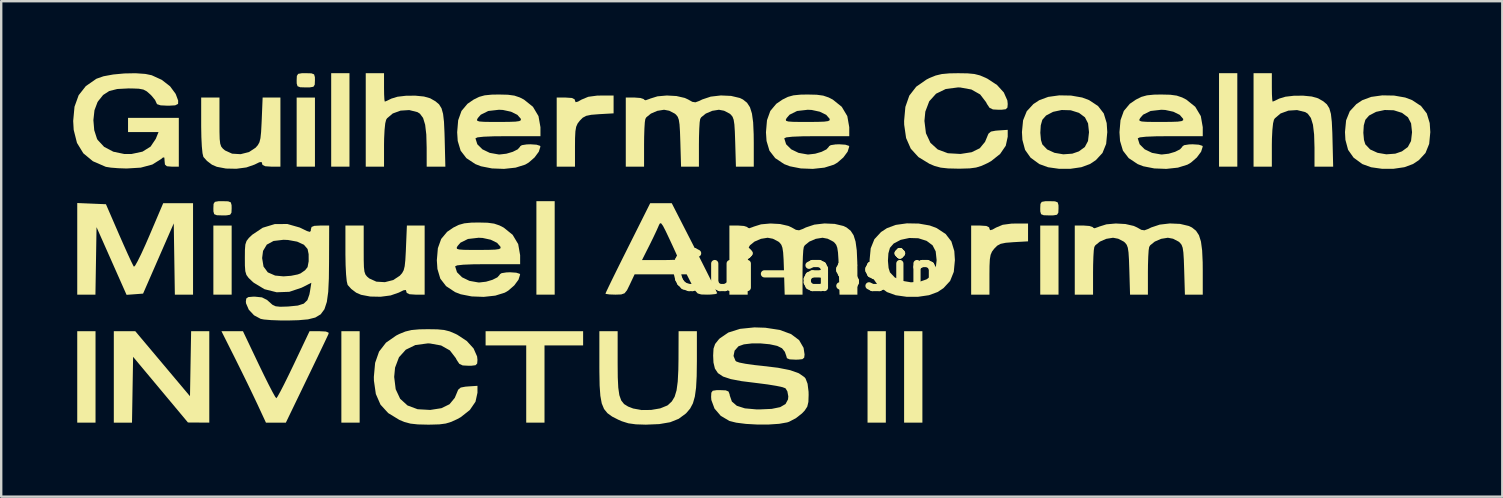
<source format=kicad_pcb>
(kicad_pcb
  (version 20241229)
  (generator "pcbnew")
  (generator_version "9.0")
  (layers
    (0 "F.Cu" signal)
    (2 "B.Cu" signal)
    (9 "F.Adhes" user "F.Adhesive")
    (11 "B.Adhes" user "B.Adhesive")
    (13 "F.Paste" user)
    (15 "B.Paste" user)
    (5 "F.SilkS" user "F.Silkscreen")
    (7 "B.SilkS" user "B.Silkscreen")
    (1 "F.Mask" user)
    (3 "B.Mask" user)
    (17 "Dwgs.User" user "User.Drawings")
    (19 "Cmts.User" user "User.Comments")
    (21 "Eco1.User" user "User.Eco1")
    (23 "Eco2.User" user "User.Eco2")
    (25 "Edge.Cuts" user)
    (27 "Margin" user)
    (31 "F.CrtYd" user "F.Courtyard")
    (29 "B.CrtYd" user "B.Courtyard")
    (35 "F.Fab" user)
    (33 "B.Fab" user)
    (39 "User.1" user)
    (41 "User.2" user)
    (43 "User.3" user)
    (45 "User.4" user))
  (footprint "Gui-assin"
    (layer "F.Cu")
    (at 30.522 8.255)
    (property "Reference" "Gui-assin" (at 0 0 0) (layer "F.SilkS") (effects (font (size 1.5 1.5) (thickness 0.3))))
    (attr board_only exclude_from_pos_files exclude_from_bom)
    (fp_poly (pts (xy -29.591 4.403) (xy -29.591 6.308) (xy -29.972 6.308) (xy -30.353 6.308) (xy -30.353 4.403) (xy -30.353 2.498) (xy -29.972 2.498) (xy -29.591 2.498)) (stroke (width 0) (type solid)) (fill yes) (layer "F.SilkS"))
    (fp_poly (pts (xy -23.918 -0.466) (xy -23.918 0.974) (xy -24.299 0.974) (xy -24.68 0.974) (xy -24.68 -0.466) (xy -24.68 -1.905) (xy -24.299 -1.905) (xy -23.918 -1.905)) (stroke (width 0) (type solid)) (fill yes) (layer "F.SilkS"))
    (fp_poly (pts (xy -20.447 -5.8) (xy -20.447 -4.36) (xy -20.828 -4.36) (xy -21.209 -4.36) (xy -21.209 -5.8) (xy -21.209 -7.239) (xy -20.828 -7.239) (xy -20.447 -7.239)) (stroke (width 0) (type solid)) (fill yes) (layer "F.SilkS"))
    (fp_poly (pts (xy -19.008 -6.308) (xy -19.008 -4.36) (xy -19.389 -4.36) (xy -19.77 -4.36) (xy -19.77 -6.308) (xy -19.77 -8.255) (xy -19.389 -8.255) (xy -19.008 -8.255)) (stroke (width 0) (type solid)) (fill yes) (layer "F.SilkS"))
    (fp_poly (pts (xy -18.584 4.403) (xy -18.584 6.308) (xy -18.965 6.308) (xy -19.346 6.308) (xy -19.346 4.403) (xy -19.346 2.498) (xy -18.965 2.498) (xy -18.584 2.498)) (stroke (width 0) (type solid)) (fill yes) (layer "F.SilkS"))
    (fp_poly (pts (xy -10.456 -0.974) (xy -10.456 0.974) (xy -10.837 0.974) (xy -11.218 0.974) (xy -11.218 -0.974) (xy -11.218 -2.921) (xy -10.837 -2.921) (xy -10.456 -2.921)) (stroke (width 0) (type solid)) (fill yes) (layer "F.SilkS"))
    (fp_poly (pts (xy 3.344 4.403) (xy 3.344 6.308) (xy 2.963 6.308) (xy 2.582 6.308) (xy 2.582 4.403) (xy 2.582 2.498) (xy 2.963 2.498) (xy 3.344 2.498)) (stroke (width 0) (type solid)) (fill yes) (layer "F.SilkS"))
    (fp_poly (pts (xy 4.868 4.403) (xy 4.868 6.308) (xy 4.487 6.308) (xy 4.106 6.308) (xy 4.106 4.403) (xy 4.106 2.498) (xy 4.487 2.498) (xy 4.868 2.498)) (stroke (width 0) (type solid)) (fill yes) (layer "F.SilkS"))
    (fp_poly (pts (xy 10.541 -0.466) (xy 10.541 0.974) (xy 10.16 0.974) (xy 9.779 0.974) (xy 9.779 -0.466) (xy 9.779 -1.905) (xy 10.16 -1.905) (xy 10.541 -1.905)) (stroke (width 0) (type solid)) (fill yes) (layer "F.SilkS"))
    (fp_poly (pts (xy 17.992 -6.308) (xy 17.992 -4.36) (xy 17.611 -4.36) (xy 17.23 -4.36) (xy 17.23 -6.308) (xy 17.23 -8.255) (xy 17.611 -8.255) (xy 17.992 -8.255)) (stroke (width 0) (type solid)) (fill yes) (layer "F.SilkS"))
    (fp_poly (pts (xy -24.065 -2.915) (xy -23.954 -2.872) (xy -23.921 -2.757) (xy -23.918 -2.625) (xy -23.926 -2.443) (xy -23.982 -2.356) (xy -24.13 -2.33) (xy -24.299 -2.328) (xy -24.533 -2.335) (xy -24.644 -2.378) (xy -24.678 -2.493) (xy -24.68 -2.625) (xy -24.672 -2.807) (xy -24.617 -2.893) (xy -24.469 -2.919) (xy -24.299 -2.921)) (stroke (width 0) (type solid)) (fill yes) (layer "F.SilkS"))
    (fp_poly (pts (xy -20.594 -8.249) (xy -20.483 -8.206) (xy -20.449 -8.091) (xy -20.447 -7.959) (xy -20.455 -7.777) (xy -20.51 -7.69) (xy -20.658 -7.664) (xy -20.828 -7.662) (xy -21.062 -7.669) (xy -21.173 -7.712) (xy -21.207 -7.827) (xy -21.209 -7.959) (xy -21.201 -8.141) (xy -21.146 -8.227) (xy -20.998 -8.253) (xy -20.828 -8.255)) (stroke (width 0) (type solid)) (fill yes) (layer "F.SilkS"))
    (fp_poly (pts (xy -9.271 2.794) (xy -9.271 3.09) (xy -10.075 3.09) (xy -10.88 3.09) (xy -10.88 4.699) (xy -10.88 6.308) (xy -11.261 6.308) (xy -11.642 6.308) (xy -11.642 4.699) (xy -11.642 3.09) (xy -12.488 3.09) (xy -13.335 3.09) (xy -13.335 2.794) (xy -13.335 2.498) (xy -11.303 2.498) (xy -9.271 2.498)) (stroke (width 0) (type solid)) (fill yes) (layer "F.SilkS"))
    (fp_poly (pts (xy 10.394 -2.915) (xy 10.505 -2.872) (xy 10.539 -2.757) (xy 10.541 -2.625) (xy 10.533 -2.443) (xy 10.478 -2.356) (xy 10.33 -2.33) (xy 10.16 -2.328) (xy 9.926 -2.335) (xy 9.815 -2.378) (xy 9.781 -2.493) (xy 9.779 -2.625) (xy 9.787 -2.807) (xy 9.842 -2.893) (xy 9.99 -2.919) (xy 10.16 -2.921)) (stroke (width 0) (type solid)) (fill yes) (layer "F.SilkS"))
    (fp_poly (pts (xy -26.794 3.853) (xy -25.654 5.208) (xy -25.631 3.853) (xy -25.607 2.498) (xy -25.229 2.498) (xy -24.85 2.498) (xy -24.85 4.403) (xy -24.85 6.308) (xy -25.294 6.305) (xy -25.739 6.302) (xy -26.882 4.934) (xy -28.025 3.566) (xy -28.048 4.937) (xy -28.071 6.308) (xy -28.45 6.308) (xy -28.829 6.308) (xy -28.829 4.403) (xy -28.829 2.498) (xy -28.382 2.498) (xy -27.934 2.498)) (stroke (width 0) (type solid)) (fill yes) (layer "F.SilkS"))
    (fp_poly (pts (xy -8.001 -6.952) (xy -8.001 -6.581) (xy -8.604 -6.547) (xy -8.933 -6.521) (xy -9.144 -6.477) (xy -9.288 -6.399) (xy -9.408 -6.278) (xy -9.502 -6.155) (xy -9.561 -6.019) (xy -9.593 -5.831) (xy -9.607 -5.549) (xy -9.61 -5.202) (xy -9.61 -4.36) (xy -9.991 -4.36) (xy -10.372 -4.36) (xy -10.372 -5.8) (xy -10.372 -7.239) (xy -9.991 -7.239) (xy -9.739 -7.222) (xy -9.624 -7.165) (xy -9.61 -7.113) (xy -9.584 -7.046) (xy -9.484 -7.071) (xy -9.335 -7.155) (xy -9.057 -7.271) (xy -8.69 -7.32) (xy -8.53 -7.323) (xy -8.001 -7.324)) (stroke (width 0) (type solid)) (fill yes) (layer "F.SilkS"))
    (fp_poly (pts (xy 9.271 -1.618) (xy 9.271 -1.247) (xy 8.668 -1.213) (xy 8.339 -1.187) (xy 8.128 -1.143) (xy 7.984 -1.065) (xy 7.864 -0.944) (xy 7.77 -0.821) (xy 7.711 -0.685) (xy 7.679 -0.497) (xy 7.665 -0.215) (xy 7.662 0.132) (xy 7.662 0.974) (xy 7.281 0.974) (xy 6.9 0.974) (xy 6.9 -0.466) (xy 6.9 -1.905) (xy 7.281 -1.905) (xy 7.533 -1.888) (xy 7.648 -1.831) (xy 7.662 -1.779) (xy 7.688 -1.712) (xy 7.788 -1.737) (xy 7.938 -1.821) (xy 8.215 -1.937) (xy 8.582 -1.986) (xy 8.742 -1.989) (xy 9.271 -1.99)) (stroke (width 0) (type solid)) (fill yes) (layer "F.SilkS"))
    (fp_poly (pts (xy -29.755 -2.819) (xy -29.157 -2.794) (xy -28.606 -1.524) (xy -28.416 -1.093) (xy -28.247 -0.716) (xy -28.111 -0.422) (xy -28.019 -0.237) (xy -27.99 -0.188) (xy -27.938 -0.24) (xy -27.834 -0.425) (xy -27.688 -0.719) (xy -27.514 -1.1) (xy -27.349 -1.479) (xy -26.771 -2.836) (xy -26.149 -2.836) (xy -25.527 -2.836) (xy -25.527 -0.931) (xy -25.527 0.974) (xy -25.906 0.974) (xy -26.285 0.974) (xy -26.308 -0.511) (xy -26.331 -1.995) (xy -26.97 -0.532) (xy -27.609 0.931) (xy -27.954 0.957) (xy -28.298 0.982) (xy -28.923 -0.428) (xy -29.549 -1.839) (xy -29.572 -0.433) (xy -29.595 0.974) (xy -29.974 0.974) (xy -30.353 0.974) (xy -30.353 -0.935) (xy -30.353 -2.844)) (stroke (width 0) (type solid)) (fill yes) (layer "F.SilkS"))
    (fp_poly (pts (xy -22.782 3.895) (xy -22.567 4.338) (xy -22.375 4.724) (xy -22.217 5.028) (xy -22.107 5.225) (xy -22.057 5.292) (xy -22.003 5.219) (xy -21.891 5.017) (xy -21.732 4.709) (xy -21.54 4.32) (xy -21.335 3.895) (xy -20.672 2.498) (xy -20.254 2.498) (xy -19.993 2.511) (xy -19.881 2.556) (xy -19.878 2.603) (xy -19.926 2.707) (xy -20.036 2.94) (xy -20.199 3.281) (xy -20.403 3.705) (xy -20.637 4.192) (xy -20.79 4.508) (xy -21.659 6.308) (xy -22.074 6.308) (xy -22.489 6.308) (xy -22.853 5.524) (xy -23.033 5.145) (xy -23.261 4.671) (xy -23.511 4.162) (xy -23.753 3.673) (xy -23.78 3.619) (xy -24.343 2.498) (xy -23.895 2.498) (xy -23.447 2.498)) (stroke (width 0) (type solid)) (fill yes) (layer "F.SilkS"))
    (fp_poly (pts (xy -24.426 -6.229) (xy -24.425 -5.801) (xy -24.417 -5.509) (xy -24.395 -5.319) (xy -24.354 -5.198) (xy -24.285 -5.112) (xy -24.194 -5.035) (xy -23.899 -4.901) (xy -23.545 -4.88) (xy -23.196 -4.968) (xy -22.922 -5.148) (xy -22.826 -5.257) (xy -22.76 -5.377) (xy -22.718 -5.546) (xy -22.691 -5.799) (xy -22.671 -6.175) (xy -22.665 -6.303) (xy -22.627 -7.239) (xy -22.256 -7.239) (xy -21.886 -7.239) (xy -21.886 -5.8) (xy -21.886 -4.36) (xy -22.267 -4.36) (xy -22.518 -4.377) (xy -22.633 -4.433) (xy -22.648 -4.487) (xy -22.673 -4.555) (xy -22.769 -4.541) (xy -22.965 -4.445) (xy -23.304 -4.327) (xy -23.721 -4.272) (xy -24.153 -4.281) (xy -24.535 -4.353) (xy -24.738 -4.441) (xy -24.945 -4.597) (xy -25.089 -4.758) (xy -25.098 -4.774) (xy -25.133 -4.922) (xy -25.161 -5.205) (xy -25.18 -5.589) (xy -25.188 -6.038) (xy -25.188 -6.09) (xy -25.188 -7.239) (xy -24.807 -7.239) (xy -24.426 -7.239)) (stroke (width 0) (type solid)) (fill yes) (layer "F.SilkS"))
    (fp_poly (pts (xy -18.415 -0.895) (xy -18.414 -0.467) (xy -18.406 -0.175) (xy -18.384 0.015) (xy -18.342 0.136) (xy -18.274 0.222) (xy -18.182 0.299) (xy -17.887 0.433) (xy -17.534 0.454) (xy -17.185 0.366) (xy -16.911 0.186) (xy -16.814 0.077) (xy -16.749 -0.043) (xy -16.707 -0.212) (xy -16.68 -0.465) (xy -16.659 -0.841) (xy -16.654 -0.969) (xy -16.615 -1.905) (xy -16.245 -1.905) (xy -15.875 -1.905) (xy -15.875 -0.466) (xy -15.875 0.974) (xy -16.256 0.974) (xy -16.507 0.957) (xy -16.621 0.901) (xy -16.637 0.847) (xy -16.661 0.779) (xy -16.758 0.793) (xy -16.953 0.889) (xy -17.292 1.007) (xy -17.71 1.062) (xy -18.141 1.053) (xy -18.524 0.981) (xy -18.727 0.893) (xy -18.933 0.737) (xy -19.078 0.576) (xy -19.087 0.56) (xy -19.122 0.412) (xy -19.15 0.129) (xy -19.169 -0.255) (xy -19.177 -0.704) (xy -19.177 -0.756) (xy -19.177 -1.905) (xy -18.796 -1.905) (xy -18.415 -1.905)) (stroke (width 0) (type solid)) (fill yes) (layer "F.SilkS"))
    (fp_poly (pts (xy -17.568 -7.662) (xy -17.564 -7.37) (xy -17.553 -7.159) (xy -17.537 -7.07) (xy -17.536 -7.07) (xy -17.446 -7.105) (xy -17.273 -7.19) (xy -17.261 -7.196) (xy -17.004 -7.274) (xy -16.649 -7.315) (xy -16.26 -7.318) (xy -15.904 -7.283) (xy -15.644 -7.209) (xy -15.638 -7.205) (xy -15.427 -7.085) (xy -15.275 -6.957) (xy -15.172 -6.791) (xy -15.107 -6.558) (xy -15.069 -6.227) (xy -15.048 -5.769) (xy -15.041 -5.537) (xy -15.012 -4.36) (xy -15.401 -4.36) (xy -15.79 -4.36) (xy -15.791 -5.144) (xy -15.806 -5.698) (xy -15.854 -6.106) (xy -15.94 -6.388) (xy -16.071 -6.566) (xy -16.176 -6.633) (xy -16.518 -6.718) (xy -16.878 -6.695) (xy -17.204 -6.576) (xy -17.441 -6.376) (xy -17.481 -6.312) (xy -17.518 -6.162) (xy -17.546 -5.887) (xy -17.564 -5.53) (xy -17.568 -5.255) (xy -17.568 -4.36) (xy -17.949 -4.36) (xy -18.33 -4.36) (xy -18.33 -6.308) (xy -18.33 -8.255) (xy -17.949 -8.255) (xy -17.568 -8.255)) (stroke (width 0) (type solid)) (fill yes) (layer "F.SilkS"))
    (fp_poly (pts (xy 19.431 -7.662) (xy 19.435 -7.37) (xy 19.447 -7.159) (xy 19.462 -7.07) (xy 19.464 -7.07) (xy 19.553 -7.105) (xy 19.727 -7.19) (xy 19.739 -7.196) (xy 19.995 -7.274) (xy 20.351 -7.315) (xy 20.739 -7.318) (xy 21.096 -7.283) (xy 21.355 -7.209) (xy 21.362 -7.205) (xy 21.573 -7.085) (xy 21.724 -6.957) (xy 21.827 -6.791) (xy 21.893 -6.558) (xy 21.93 -6.227) (xy 21.952 -5.769) (xy 21.958 -5.537) (xy 21.987 -4.36) (xy 21.598 -4.36) (xy 21.209 -4.36) (xy 21.209 -5.144) (xy 21.193 -5.698) (xy 21.145 -6.106) (xy 21.059 -6.388) (xy 20.929 -6.566) (xy 20.824 -6.633) (xy 20.482 -6.718) (xy 20.121 -6.695) (xy 19.795 -6.576) (xy 19.558 -6.376) (xy 19.518 -6.312) (xy 19.482 -6.162) (xy 19.453 -5.887) (xy 19.435 -5.53) (xy 19.431 -5.255) (xy 19.431 -4.36) (xy 19.05 -4.36) (xy 18.669 -4.36) (xy 18.669 -6.308) (xy 18.669 -8.255) (xy 19.05 -8.255) (xy 19.431 -8.255)) (stroke (width 0) (type solid)) (fill yes) (layer "F.SilkS"))
    (fp_poly (pts (xy -7.832 3.841) (xy -7.827 4.418) (xy -7.806 4.851) (xy -7.761 5.164) (xy -7.683 5.384) (xy -7.564 5.534) (xy -7.394 5.639) (xy -7.186 5.719) (xy -6.835 5.783) (xy -6.437 5.779) (xy -6.058 5.714) (xy -5.765 5.595) (xy -5.733 5.573) (xy -5.574 5.424) (xy -5.457 5.229) (xy -5.377 4.962) (xy -5.328 4.597) (xy -5.303 4.109) (xy -5.296 3.662) (xy -5.292 2.498) (xy -4.911 2.498) (xy -4.53 2.498) (xy -4.53 3.747) (xy -4.538 4.372) (xy -4.564 4.855) (xy -4.615 5.223) (xy -4.695 5.503) (xy -4.811 5.722) (xy -4.969 5.907) (xy -4.993 5.93) (xy -5.287 6.148) (xy -5.643 6.291) (xy -6.097 6.369) (xy -6.656 6.392) (xy -7.072 6.379) (xy -7.385 6.336) (xy -7.659 6.25) (xy -7.797 6.19) (xy -8.06 6.056) (xy -8.257 5.914) (xy -8.399 5.739) (xy -8.495 5.506) (xy -8.553 5.189) (xy -8.583 4.763) (xy -8.593 4.202) (xy -8.594 3.948) (xy -8.594 2.498) (xy -8.213 2.498) (xy -7.832 2.498)) (stroke (width 0) (type solid)) (fill yes) (layer "F.SilkS"))
    (fp_poly (pts (xy 4.715 -1.988) (xy 5.177 -1.907) (xy 5.464 -1.799) (xy 5.837 -1.553) (xy 6.076 -1.244) (xy 6.198 -0.843) (xy 6.223 -0.466) (xy 6.176 0.025) (xy 6.023 0.404) (xy 5.746 0.703) (xy 5.501 0.865) (xy 5.143 0.997) (xy 4.691 1.063) (xy 4.208 1.063) (xy 3.755 0.999) (xy 3.395 0.868) (xy 3.389 0.865) (xy 3.026 0.599) (xy 2.797 0.274) (xy 2.685 -0.143) (xy 2.669 -0.437) (xy 3.432 -0.437) (xy 3.459 -0.136) (xy 3.516 0.046) (xy 3.716 0.257) (xy 4.025 0.398) (xy 4.391 0.46) (xy 4.764 0.433) (xy 5.039 0.338) (xy 5.287 0.156) (xy 5.42 -0.094) (xy 5.461 -0.456) (xy 5.461 -0.466) (xy 5.422 -0.83) (xy 5.292 -1.082) (xy 5.047 -1.265) (xy 5.039 -1.269) (xy 4.699 -1.376) (xy 4.323 -1.387) (xy 3.964 -1.31) (xy 3.671 -1.156) (xy 3.516 -0.978) (xy 3.451 -0.747) (xy 3.432 -0.437) (xy 2.669 -0.437) (xy 2.667 -0.466) (xy 2.714 -0.956) (xy 2.867 -1.335) (xy 3.144 -1.635) (xy 3.389 -1.796) (xy 3.76 -1.933) (xy 4.222 -1.997)) (stroke (width 0) (type solid)) (fill yes) (layer "F.SilkS"))
    (fp_poly (pts (xy 11.065 -7.322) (xy 11.527 -7.241) (xy 11.814 -7.133) (xy 12.187 -6.887) (xy 12.426 -6.578) (xy 12.548 -6.177) (xy 12.573 -5.8) (xy 12.526 -5.309) (xy 12.373 -4.93) (xy 12.096 -4.631) (xy 11.851 -4.469) (xy 11.493 -4.337) (xy 11.041 -4.271) (xy 10.558 -4.271) (xy 10.105 -4.335) (xy 9.745 -4.466) (xy 9.739 -4.469) (xy 9.376 -4.735) (xy 9.147 -5.06) (xy 9.035 -5.477) (xy 9.019 -5.771) (xy 9.782 -5.771) (xy 9.809 -5.47) (xy 9.866 -5.288) (xy 10.066 -5.077) (xy 10.375 -4.936) (xy 10.741 -4.874) (xy 11.114 -4.901) (xy 11.389 -4.996) (xy 11.637 -5.178) (xy 11.77 -5.428) (xy 11.811 -5.79) (xy 11.811 -5.8) (xy 11.772 -6.164) (xy 11.642 -6.416) (xy 11.397 -6.599) (xy 11.389 -6.603) (xy 11.049 -6.71) (xy 10.673 -6.721) (xy 10.314 -6.644) (xy 10.021 -6.49) (xy 9.866 -6.312) (xy 9.801 -6.081) (xy 9.782 -5.771) (xy 9.019 -5.771) (xy 9.017 -5.8) (xy 9.064 -6.29) (xy 9.217 -6.669) (xy 9.494 -6.969) (xy 9.739 -7.13) (xy 10.11 -7.267) (xy 10.572 -7.331)) (stroke (width 0) (type solid)) (fill yes) (layer "F.SilkS"))
    (fp_poly (pts (xy 24.527 -7.322) (xy 24.989 -7.241) (xy 25.276 -7.133) (xy 25.649 -6.887) (xy 25.888 -6.578) (xy 26.01 -6.177) (xy 26.035 -5.8) (xy 25.988 -5.309) (xy 25.835 -4.93) (xy 25.558 -4.631) (xy 25.313 -4.469) (xy 24.955 -4.337) (xy 24.503 -4.271) (xy 24.02 -4.271) (xy 23.567 -4.335) (xy 23.207 -4.466) (xy 23.201 -4.469) (xy 22.838 -4.735) (xy 22.609 -5.06) (xy 22.497 -5.477) (xy 22.481 -5.771) (xy 23.244 -5.771) (xy 23.271 -5.47) (xy 23.328 -5.288) (xy 23.528 -5.077) (xy 23.837 -4.936) (xy 24.203 -4.874) (xy 24.576 -4.901) (xy 24.851 -4.996) (xy 25.099 -5.178) (xy 25.232 -5.428) (xy 25.273 -5.79) (xy 25.273 -5.8) (xy 25.234 -6.164) (xy 25.104 -6.416) (xy 24.859 -6.599) (xy 24.851 -6.603) (xy 24.511 -6.71) (xy 24.135 -6.721) (xy 23.776 -6.644) (xy 23.483 -6.49) (xy 23.328 -6.312) (xy 23.263 -6.081) (xy 23.244 -5.771) (xy 22.481 -5.771) (xy 22.479 -5.8) (xy 22.526 -6.29) (xy 22.679 -6.669) (xy 22.956 -6.969) (xy 23.201 -7.13) (xy 23.572 -7.267) (xy 24.034 -7.331)) (stroke (width 0) (type solid)) (fill yes) (layer "F.SilkS"))
    (fp_poly (pts (xy -4.63 -0.986) (xy -4.368 -0.472) (xy -4.134 -0.009) (xy -3.938 0.383) (xy -3.791 0.682) (xy -3.704 0.868) (xy -3.683 0.919) (xy -3.759 0.95) (xy -3.954 0.97) (xy -4.105 0.974) (xy -4.348 0.967) (xy -4.495 0.924) (xy -4.603 0.807) (xy -4.727 0.578) (xy -4.741 0.55) (xy -4.956 0.127) (xy -6.041 0.127) (xy -7.125 0.127) (xy -7.324 0.55) (xy -7.443 0.792) (xy -7.545 0.918) (xy -7.684 0.966) (xy -7.914 0.974) (xy -7.931 0.974) (xy -8.168 0.966) (xy -8.315 0.945) (xy -8.34 0.931) (xy -8.303 0.846) (xy -8.201 0.631) (xy -8.044 0.307) (xy -7.841 -0.105) (xy -7.662 -0.466) (xy -6.818 -0.466) (xy -6.055 -0.466) (xy -5.719 -0.469) (xy -5.458 -0.477) (xy -5.311 -0.49) (xy -5.292 -0.497) (xy -5.325 -0.582) (xy -5.416 -0.786) (xy -5.549 -1.077) (xy -5.663 -1.322) (xy -5.83 -1.675) (xy -5.942 -1.892) (xy -6.016 -1.994) (xy -6.066 -2.001) (xy -6.108 -1.931) (xy -6.124 -1.892) (xy -6.205 -1.708) (xy -6.336 -1.43) (xy -6.492 -1.112) (xy -6.515 -1.067) (xy -6.818 -0.466) (xy -7.662 -0.466) (xy -7.603 -0.584) (xy -7.408 -0.974) (xy -6.476 -2.836) (xy -6.027 -2.836) (xy -5.577 -2.836)) (stroke (width 0) (type solid)) (fill yes) (layer "F.SilkS"))
    (fp_poly (pts (xy -15.346 2.42) (xy -15.061 2.447) (xy -14.829 2.506) (xy -14.59 2.608) (xy -14.514 2.646) (xy -14.119 2.906) (xy -13.836 3.217) (xy -13.689 3.55) (xy -13.674 3.696) (xy -13.686 3.845) (xy -13.755 3.915) (xy -13.925 3.936) (xy -14.048 3.937) (xy -14.289 3.924) (xy -14.429 3.859) (xy -14.537 3.699) (xy -14.577 3.619) (xy -14.823 3.299) (xy -15.188 3.093) (xy -15.657 3.008) (xy -15.748 3.006) (xy -16.258 3.073) (xy -16.66 3.268) (xy -16.945 3.584) (xy -17.108 4.015) (xy -17.145 4.403) (xy -17.082 4.916) (xy -16.896 5.314) (xy -16.59 5.592) (xy -16.169 5.749) (xy -15.643 5.779) (xy -15.176 5.706) (xy -14.84 5.542) (xy -14.62 5.276) (xy -14.552 5.114) (xy -14.478 4.936) (xy -14.372 4.846) (xy -14.178 4.809) (xy -14.065 4.8) (xy -13.674 4.774) (xy -13.674 5.063) (xy -13.756 5.436) (xy -13.992 5.781) (xy -14.366 6.077) (xy -14.514 6.16) (xy -14.765 6.275) (xy -14.994 6.345) (xy -15.258 6.38) (xy -15.617 6.391) (xy -15.742 6.392) (xy -16.159 6.382) (xy -16.465 6.349) (xy -16.719 6.281) (xy -16.933 6.191) (xy -17.394 5.91) (xy -17.715 5.558) (xy -17.909 5.115) (xy -17.989 4.56) (xy -17.992 4.403) (xy -17.939 3.817) (xy -17.775 3.348) (xy -17.486 2.975) (xy -17.061 2.679) (xy -16.933 2.614) (xy -16.68 2.511) (xy -16.422 2.449) (xy -16.102 2.42) (xy -15.742 2.414)) (stroke (width 0) (type solid)) (fill yes) (layer "F.SilkS"))
    (fp_poly (pts (xy 6.752 -8.248) (xy 7.037 -8.221) (xy 7.269 -8.162) (xy 7.508 -8.06) (xy 7.584 -8.022) (xy 7.979 -7.762) (xy 8.262 -7.451) (xy 8.409 -7.118) (xy 8.424 -6.972) (xy 8.412 -6.823) (xy 8.343 -6.753) (xy 8.173 -6.732) (xy 8.05 -6.731) (xy 7.809 -6.744) (xy 7.669 -6.809) (xy 7.561 -6.969) (xy 7.521 -7.048) (xy 7.275 -7.369) (xy 6.91 -7.575) (xy 6.441 -7.66) (xy 6.35 -7.662) (xy 5.84 -7.595) (xy 5.438 -7.4) (xy 5.153 -7.084) (xy 4.99 -6.653) (xy 4.953 -6.265) (xy 5.016 -5.752) (xy 5.202 -5.354) (xy 5.508 -5.076) (xy 5.929 -4.919) (xy 6.455 -4.889) (xy 6.922 -4.962) (xy 7.258 -5.126) (xy 7.478 -5.392) (xy 7.546 -5.554) (xy 7.62 -5.732) (xy 7.726 -5.822) (xy 7.92 -5.859) (xy 8.033 -5.868) (xy 8.424 -5.894) (xy 8.424 -5.605) (xy 8.342 -5.232) (xy 8.106 -4.887) (xy 7.732 -4.591) (xy 7.584 -4.508) (xy 7.333 -4.393) (xy 7.104 -4.323) (xy 6.84 -4.288) (xy 6.481 -4.277) (xy 6.356 -4.276) (xy 5.939 -4.286) (xy 5.633 -4.319) (xy 5.379 -4.387) (xy 5.165 -4.477) (xy 4.704 -4.758) (xy 4.383 -5.11) (xy 4.189 -5.553) (xy 4.109 -6.108) (xy 4.106 -6.265) (xy 4.159 -6.851) (xy 4.323 -7.32) (xy 4.612 -7.693) (xy 5.037 -7.989) (xy 5.165 -8.054) (xy 5.418 -8.157) (xy 5.676 -8.219) (xy 5.996 -8.248) (xy 6.356 -8.254)) (stroke (width 0) (type solid)) (fill yes) (layer "F.SilkS"))
    (fp_poly (pts (xy -3.104 -7.308) (xy -2.738 -7.221) (xy -2.609 -7.158) (xy -2.44 -7.023) (xy -2.318 -6.836) (xy -2.235 -6.572) (xy -2.185 -6.206) (xy -2.163 -5.711) (xy -2.159 -5.355) (xy -2.159 -4.36) (xy -2.531 -4.36) (xy -2.903 -4.36) (xy -2.933 -5.384) (xy -2.948 -5.819) (xy -2.967 -6.118) (xy -2.997 -6.313) (xy -3.042 -6.437) (xy -3.111 -6.524) (xy -3.163 -6.569) (xy -3.396 -6.69) (xy -3.612 -6.731) (xy -3.892 -6.686) (xy -4.16 -6.571) (xy -4.35 -6.417) (xy -4.392 -6.346) (xy -4.414 -6.209) (xy -4.431 -5.943) (xy -4.442 -5.591) (xy -4.445 -5.285) (xy -4.445 -4.36) (xy -4.817 -4.36) (xy -5.189 -4.36) (xy -5.219 -5.384) (xy -5.234 -5.819) (xy -5.253 -6.118) (xy -5.283 -6.313) (xy -5.328 -6.437) (xy -5.397 -6.524) (xy -5.449 -6.569) (xy -5.682 -6.69) (xy -5.898 -6.731) (xy -6.178 -6.686) (xy -6.446 -6.571) (xy -6.636 -6.417) (xy -6.678 -6.346) (xy -6.7 -6.209) (xy -6.717 -5.943) (xy -6.728 -5.591) (xy -6.731 -5.285) (xy -6.731 -4.36) (xy -7.112 -4.36) (xy -7.493 -4.36) (xy -7.493 -5.8) (xy -7.493 -7.239) (xy -7.112 -7.239) (xy -6.885 -7.222) (xy -6.748 -7.178) (xy -6.731 -7.152) (xy -6.667 -7.126) (xy -6.504 -7.183) (xy -6.481 -7.194) (xy -6.174 -7.29) (xy -5.784 -7.325) (xy -5.381 -7.303) (xy -5.033 -7.223) (xy -4.897 -7.16) (xy -4.72 -7.061) (xy -4.591 -7.041) (xy -4.43 -7.099) (xy -4.307 -7.16) (xy -3.953 -7.278) (xy -3.531 -7.327)) (stroke (width 0) (type solid)) (fill yes) (layer "F.SilkS"))
    (fp_poly (pts (xy 1.214 -1.974) (xy 1.58 -1.887) (xy 1.709 -1.824) (xy 1.878 -1.689) (xy 2 -1.502) (xy 2.083 -1.238) (xy 2.133 -0.872) (xy 2.155 -0.377) (xy 2.159 -0.021) (xy 2.159 0.974) (xy 1.787 0.974) (xy 1.415 0.974) (xy 1.385 -0.05) (xy 1.37 -0.485) (xy 1.351 -0.784) (xy 1.321 -0.979) (xy 1.276 -1.103) (xy 1.207 -1.19) (xy 1.155 -1.235) (xy 0.922 -1.356) (xy 0.706 -1.397) (xy 0.426 -1.352) (xy 0.158 -1.237) (xy -0.032 -1.083) (xy -0.074 -1.012) (xy -0.096 -0.875) (xy -0.113 -0.609) (xy -0.124 -0.257) (xy -0.127 0.049) (xy -0.127 0.974) (xy -0.499 0.974) (xy -0.871 0.974) (xy -0.901 -0.05) (xy -0.916 -0.485) (xy -0.935 -0.784) (xy -0.965 -0.979) (xy -1.01 -1.103) (xy -1.079 -1.19) (xy -1.131 -1.235) (xy -1.364 -1.356) (xy -1.58 -1.397) (xy -1.86 -1.352) (xy -2.128 -1.237) (xy -2.318 -1.083) (xy -2.36 -1.012) (xy -2.382 -0.875) (xy -2.399 -0.609) (xy -2.41 -0.257) (xy -2.413 0.049) (xy -2.413 0.974) (xy -2.794 0.974) (xy -3.175 0.974) (xy -3.175 -0.466) (xy -3.175 -1.905) (xy -2.794 -1.905) (xy -2.567 -1.888) (xy -2.43 -1.844) (xy -2.413 -1.818) (xy -2.349 -1.792) (xy -2.186 -1.849) (xy -2.163 -1.86) (xy -1.856 -1.956) (xy -1.466 -1.991) (xy -1.063 -1.969) (xy -0.715 -1.889) (xy -0.579 -1.826) (xy -0.402 -1.727) (xy -0.273 -1.707) (xy -0.112 -1.765) (xy 0.011 -1.826) (xy 0.365 -1.944) (xy 0.787 -1.993)) (stroke (width 0) (type solid)) (fill yes) (layer "F.SilkS"))
    (fp_poly (pts (xy 15.607 -1.974) (xy 15.973 -1.887) (xy 16.103 -1.824) (xy 16.271 -1.689) (xy 16.394 -1.502) (xy 16.477 -1.238) (xy 16.526 -0.872) (xy 16.549 -0.377) (xy 16.552 -0.021) (xy 16.552 0.974) (xy 16.18 0.974) (xy 15.808 0.974) (xy 15.778 -0.05) (xy 15.763 -0.485) (xy 15.744 -0.784) (xy 15.715 -0.979) (xy 15.669 -1.103) (xy 15.6 -1.19) (xy 15.548 -1.235) (xy 15.315 -1.356) (xy 15.099 -1.397) (xy 14.819 -1.352) (xy 14.552 -1.237) (xy 14.362 -1.083) (xy 14.319 -1.012) (xy 14.297 -0.875) (xy 14.28 -0.609) (xy 14.269 -0.257) (xy 14.266 0.049) (xy 14.266 0.974) (xy 13.894 0.974) (xy 13.522 0.974) (xy 13.492 -0.05) (xy 13.477 -0.485) (xy 13.458 -0.784) (xy 13.429 -0.979) (xy 13.383 -1.103) (xy 13.314 -1.19) (xy 13.262 -1.235) (xy 13.029 -1.356) (xy 12.813 -1.397) (xy 12.533 -1.352) (xy 12.266 -1.237) (xy 12.076 -1.083) (xy 12.033 -1.012) (xy 12.011 -0.875) (xy 11.994 -0.609) (xy 11.983 -0.257) (xy 11.98 0.049) (xy 11.98 0.974) (xy 11.599 0.974) (xy 11.218 0.974) (xy 11.218 -0.466) (xy 11.218 -1.905) (xy 11.599 -1.905) (xy 11.827 -1.888) (xy 11.963 -1.844) (xy 11.98 -1.818) (xy 12.044 -1.792) (xy 12.207 -1.849) (xy 12.23 -1.86) (xy 12.537 -1.956) (xy 12.927 -1.991) (xy 13.33 -1.969) (xy 13.678 -1.889) (xy 13.815 -1.826) (xy 13.991 -1.727) (xy 14.121 -1.707) (xy 14.282 -1.765) (xy 14.404 -1.826) (xy 14.758 -1.944) (xy 15.181 -1.993)) (stroke (width 0) (type solid)) (fill yes) (layer "F.SilkS"))
    (fp_poly (pts (xy -13.252 -2.023) (xy -12.981 -1.986) (xy -12.756 -1.91) (xy -12.581 -1.82) (xy -12.209 -1.521) (xy -11.977 -1.132) (xy -11.896 -0.67) (xy -11.896 -0.657) (xy -11.896 -0.296) (xy -13.25 -0.296) (xy -13.842 -0.291) (xy -14.265 -0.274) (xy -14.519 -0.246) (xy -14.605 -0.206) (xy -14.605 -0.206) (xy -14.527 0.041) (xy -14.316 0.251) (xy -14.008 0.4) (xy -13.64 0.465) (xy -13.589 0.466) (xy -13.317 0.435) (xy -13.051 0.357) (xy -12.844 0.253) (xy -12.745 0.143) (xy -12.742 0.125) (xy -12.666 0.078) (xy -12.471 0.048) (xy -12.319 0.042) (xy -12.06 0.059) (xy -11.914 0.105) (xy -11.896 0.135) (xy -11.965 0.352) (xy -12.143 0.592) (xy -12.387 0.804) (xy -12.534 0.891) (xy -12.931 1.015) (xy -13.414 1.067) (xy -13.917 1.048) (xy -14.375 0.958) (xy -14.608 0.868) (xy -14.982 0.619) (xy -15.222 0.308) (xy -15.343 -0.097) (xy -15.367 -0.458) (xy -15.324 -0.962) (xy -15.317 -0.982) (xy -14.54 -0.982) (xy -14.527 -0.936) (xy -14.438 -0.908) (xy -14.248 -0.894) (xy -13.932 -0.889) (xy -13.635 -0.889) (xy -13.214 -0.892) (xy -12.938 -0.902) (xy -12.779 -0.924) (xy -12.712 -0.961) (xy -12.712 -1.017) (xy -12.713 -1.019) (xy -12.857 -1.185) (xy -13.122 -1.315) (xy -13.457 -1.388) (xy -13.623 -1.397) (xy -14.07 -1.346) (xy -14.383 -1.191) (xy -14.504 -1.052) (xy -14.54 -0.982) (xy -15.317 -0.982) (xy -15.186 -1.347) (xy -14.938 -1.644) (xy -14.681 -1.82) (xy -14.452 -1.934) (xy -14.221 -1.998) (xy -13.928 -2.027) (xy -13.631 -2.032)) (stroke (width 0) (type solid)) (fill yes) (layer "F.SilkS"))
    (fp_poly (pts (xy -12.405 -7.357) (xy -12.134 -7.32) (xy -11.909 -7.244) (xy -11.735 -7.154) (xy -11.362 -6.855) (xy -11.131 -6.466) (xy -11.049 -6.004) (xy -11.049 -5.991) (xy -11.049 -5.63) (xy -12.404 -5.63) (xy -12.995 -5.625) (xy -13.418 -5.608) (xy -13.673 -5.58) (xy -13.758 -5.54) (xy -13.758 -5.54) (xy -13.68 -5.293) (xy -13.469 -5.083) (xy -13.161 -4.934) (xy -12.793 -4.869) (xy -12.742 -4.868) (xy -12.47 -4.899) (xy -12.205 -4.977) (xy -11.997 -5.081) (xy -11.898 -5.191) (xy -11.896 -5.209) (xy -11.82 -5.256) (xy -11.625 -5.286) (xy -11.472 -5.292) (xy -11.214 -5.275) (xy -11.068 -5.229) (xy -11.049 -5.199) (xy -11.118 -4.982) (xy -11.296 -4.742) (xy -11.54 -4.53) (xy -11.688 -4.443) (xy -12.084 -4.319) (xy -12.567 -4.267) (xy -13.071 -4.286) (xy -13.529 -4.376) (xy -13.761 -4.466) (xy -14.136 -4.715) (xy -14.375 -5.026) (xy -14.497 -5.431) (xy -14.52 -5.792) (xy -14.478 -6.296) (xy -14.47 -6.316) (xy -13.694 -6.316) (xy -13.68 -6.27) (xy -13.591 -6.242) (xy -13.402 -6.228) (xy -13.086 -6.223) (xy -12.788 -6.223) (xy -12.368 -6.226) (xy -12.091 -6.236) (xy -11.932 -6.258) (xy -11.866 -6.295) (xy -11.865 -6.351) (xy -11.866 -6.353) (xy -12.011 -6.519) (xy -12.275 -6.649) (xy -12.61 -6.722) (xy -12.776 -6.731) (xy -13.224 -6.68) (xy -13.536 -6.525) (xy -13.658 -6.386) (xy -13.694 -6.316) (xy -14.47 -6.316) (xy -14.34 -6.681) (xy -14.091 -6.978) (xy -13.835 -7.154) (xy -13.605 -7.268) (xy -13.374 -7.332) (xy -13.081 -7.361) (xy -12.785 -7.366)) (stroke (width 0) (type solid)) (fill yes) (layer "F.SilkS"))
    (fp_poly (pts (xy 0.464 -7.357) (xy 0.735 -7.32) (xy 0.96 -7.244) (xy 1.135 -7.154) (xy 1.507 -6.855) (xy 1.739 -6.466) (xy 1.82 -6.004) (xy 1.82 -5.991) (xy 1.82 -5.63) (xy 0.466 -5.63) (xy -0.126 -5.625) (xy -0.549 -5.608) (xy -0.803 -5.58) (xy -0.889 -5.54) (xy -0.889 -5.54) (xy -0.811 -5.293) (xy -0.6 -5.083) (xy -0.292 -4.934) (xy 0.076 -4.869) (xy 0.127 -4.868) (xy 0.399 -4.899) (xy 0.665 -4.977) (xy 0.872 -5.081) (xy 0.971 -5.191) (xy 0.974 -5.209) (xy 1.05 -5.256) (xy 1.245 -5.286) (xy 1.397 -5.292) (xy 1.656 -5.275) (xy 1.802 -5.229) (xy 1.82 -5.199) (xy 1.751 -4.982) (xy 1.573 -4.742) (xy 1.329 -4.53) (xy 1.182 -4.443) (xy 0.785 -4.319) (xy 0.302 -4.267) (xy -0.201 -4.286) (xy -0.659 -4.376) (xy -0.892 -4.466) (xy -1.266 -4.715) (xy -1.506 -5.026) (xy -1.627 -5.431) (xy -1.651 -5.792) (xy -1.608 -6.296) (xy -1.601 -6.316) (xy -0.824 -6.316) (xy -0.811 -6.27) (xy -0.722 -6.242) (xy -0.532 -6.228) (xy -0.216 -6.223) (xy 0.081 -6.223) (xy 0.502 -6.226) (xy 0.778 -6.236) (xy 0.937 -6.258) (xy 1.004 -6.295) (xy 1.004 -6.351) (xy 1.003 -6.353) (xy 0.859 -6.519) (xy 0.594 -6.649) (xy 0.259 -6.722) (xy 0.093 -6.731) (xy -0.354 -6.68) (xy -0.667 -6.525) (xy -0.788 -6.386) (xy -0.824 -6.316) (xy -1.601 -6.316) (xy -1.47 -6.681) (xy -1.222 -6.978) (xy -0.965 -7.154) (xy -0.736 -7.268) (xy -0.505 -7.332) (xy -0.212 -7.361) (xy 0.085 -7.366)) (stroke (width 0) (type solid)) (fill yes) (layer "F.SilkS"))
    (fp_poly (pts (xy 15.196 -7.357) (xy 15.467 -7.32) (xy 15.692 -7.244) (xy 15.867 -7.154) (xy 16.239 -6.855) (xy 16.471 -6.466) (xy 16.552 -6.004) (xy 16.552 -5.991) (xy 16.552 -5.63) (xy 15.198 -5.63) (xy 14.606 -5.625) (xy 14.183 -5.608) (xy 13.929 -5.58) (xy 13.843 -5.54) (xy 13.843 -5.54) (xy 13.921 -5.293) (xy 14.132 -5.083) (xy 14.44 -4.934) (xy 14.808 -4.869) (xy 14.859 -4.868) (xy 15.131 -4.899) (xy 15.397 -4.977) (xy 15.604 -5.081) (xy 15.703 -5.191) (xy 15.706 -5.209) (xy 15.782 -5.256) (xy 15.977 -5.286) (xy 16.129 -5.292) (xy 16.388 -5.275) (xy 16.534 -5.229) (xy 16.552 -5.199) (xy 16.483 -4.982) (xy 16.305 -4.742) (xy 16.061 -4.53) (xy 15.914 -4.443) (xy 15.517 -4.319) (xy 15.034 -4.267) (xy 14.531 -4.286) (xy 14.073 -4.376) (xy 13.84 -4.466) (xy 13.466 -4.715) (xy 13.226 -5.026) (xy 13.105 -5.431) (xy 13.081 -5.792) (xy 13.124 -6.296) (xy 13.131 -6.316) (xy 13.908 -6.316) (xy 13.921 -6.27) (xy 14.01 -6.242) (xy 14.2 -6.228) (xy 14.516 -6.223) (xy 14.813 -6.223) (xy 15.234 -6.226) (xy 15.51 -6.236) (xy 15.669 -6.258) (xy 15.736 -6.295) (xy 15.736 -6.351) (xy 15.735 -6.353) (xy 15.591 -6.519) (xy 15.326 -6.649) (xy 14.991 -6.722) (xy 14.825 -6.731) (xy 14.378 -6.68) (xy 14.065 -6.525) (xy 13.944 -6.386) (xy 13.908 -6.316) (xy 13.131 -6.316) (xy 13.262 -6.681) (xy 13.51 -6.978) (xy 13.767 -7.154) (xy 13.996 -7.268) (xy 14.227 -7.332) (xy 14.52 -7.361) (xy 14.817 -7.366)) (stroke (width 0) (type solid)) (fill yes) (layer "F.SilkS"))
    (fp_poly (pts (xy -27.512 -8.224) (xy -27.25 -8.169) (xy -26.832 -7.978) (xy -26.485 -7.709) (xy -26.257 -7.4) (xy -26.238 -7.358) (xy -26.147 -7.112) (xy -26.151 -6.975) (xy -26.272 -6.915) (xy -26.535 -6.9) (xy -26.585 -6.9) (xy -26.881 -6.915) (xy -27.027 -6.964) (xy -27.051 -7.011) (xy -27.108 -7.135) (xy -27.251 -7.311) (xy -27.311 -7.371) (xy -27.456 -7.498) (xy -27.598 -7.573) (xy -27.787 -7.608) (xy -28.073 -7.619) (xy -28.224 -7.62) (xy -28.684 -7.596) (xy -29.021 -7.511) (xy -29.274 -7.347) (xy -29.483 -7.087) (xy -29.51 -7.044) (xy -29.635 -6.71) (xy -29.68 -6.298) (xy -29.645 -5.88) (xy -29.531 -5.525) (xy -29.504 -5.476) (xy -29.233 -5.185) (xy -28.849 -4.983) (xy -28.392 -4.887) (xy -28.093 -4.887) (xy -27.634 -4.985) (xy -27.298 -5.194) (xy -27.08 -5.519) (xy -27.075 -5.531) (xy -26.966 -5.8) (xy -27.601 -5.8) (xy -28.236 -5.8) (xy -28.236 -6.096) (xy -28.236 -6.392) (xy -27.178 -6.392) (xy -26.12 -6.392) (xy -26.12 -5.376) (xy -26.12 -4.36) (xy -26.416 -4.36) (xy -26.616 -4.376) (xy -26.698 -4.447) (xy -26.712 -4.585) (xy -26.723 -4.738) (xy -26.778 -4.744) (xy -26.864 -4.673) (xy -27.224 -4.448) (xy -27.705 -4.319) (xy -28.297 -4.283) (xy -28.644 -4.295) (xy -28.95 -4.319) (xy -29.153 -4.351) (xy -29.168 -4.355) (xy -29.701 -4.586) (xy -30.099 -4.916) (xy -30.364 -5.35) (xy -30.501 -5.893) (xy -30.522 -6.265) (xy -30.467 -6.857) (xy -30.295 -7.335) (xy -29.996 -7.716) (xy -29.562 -8.018) (xy -29.549 -8.025) (xy -29.257 -8.127) (xy -28.852 -8.201) (xy -28.39 -8.244) (xy -27.925 -8.253)) (stroke (width 0) (type solid)) (fill yes) (layer "F.SilkS"))
    (fp_poly (pts (xy -21.084 -1.824) (xy -21.012 -1.79) (xy -20.782 -1.678) (xy -20.664 -1.642) (xy -20.622 -1.678) (xy -20.616 -1.747) (xy -20.587 -1.847) (xy -20.472 -1.893) (xy -20.235 -1.905) (xy -19.854 -1.905) (xy -19.859 -0.402) (xy -19.867 0.302) (xy -19.893 0.855) (xy -19.951 1.276) (xy -20.052 1.583) (xy -20.208 1.794) (xy -20.432 1.928) (xy -20.736 2.004) (xy -21.132 2.039) (xy -21.49 2.049) (xy -21.903 2.049) (xy -22.279 2.035) (xy -22.571 2.01) (xy -22.707 1.984) (xy -22.985 1.835) (xy -23.204 1.601) (xy -23.319 1.335) (xy -23.326 1.259) (xy -23.308 1.134) (xy -23.224 1.076) (xy -23.029 1.059) (xy -22.949 1.058) (xy -22.655 1.088) (xy -22.441 1.197) (xy -22.35 1.279) (xy -22.218 1.396) (xy -22.084 1.459) (xy -21.893 1.479) (xy -21.593 1.47) (xy -21.543 1.467) (xy -21.16 1.429) (xy -20.912 1.349) (xy -20.762 1.203) (xy -20.678 0.966) (xy -20.653 0.832) (xy -20.597 0.479) (xy -21.002 0.684) (xy -21.514 0.856) (xy -22.042 0.875) (xy -22.548 0.748) (xy -22.998 0.477) (xy -23.058 0.424) (xy -23.211 0.278) (xy -23.303 0.152) (xy -23.349 -0.002) (xy -23.366 -0.232) (xy -23.368 -0.55) (xy -22.648 -0.55) (xy -22.59 -0.196) (xy -22.412 0.045) (xy -22.106 0.179) (xy -21.759 0.212) (xy -21.445 0.189) (xy -21.163 0.132) (xy -21.046 0.088) (xy -20.86 -0.041) (xy -20.754 -0.173) (xy -20.708 -0.418) (xy -20.71 -0.714) (xy -20.754 -0.928) (xy -20.906 -1.105) (xy -21.189 -1.235) (xy -21.568 -1.304) (xy -21.759 -1.312) (xy -22.172 -1.263) (xy -22.454 -1.11) (xy -22.61 -0.848) (xy -22.648 -0.55) (xy -23.368 -0.55) (xy -23.365 -0.893) (xy -23.347 -1.115) (xy -23.297 -1.264) (xy -23.2 -1.39) (xy -23.058 -1.524) (xy -22.622 -1.815) (xy -22.122 -1.966) (xy -21.597 -1.97)) (stroke (width 0) (type solid)) (fill yes) (layer "F.SilkS"))
    (fp_poly (pts (xy -1.679 2.353) (xy -1.075 2.445) (xy -0.604 2.619) (xy -0.271 2.868) (xy -0.084 3.19) (xy -0.042 3.467) (xy -0.058 3.6) (xy -0.133 3.663) (xy -0.315 3.682) (xy -0.423 3.683) (xy -0.664 3.671) (xy -0.777 3.623) (xy -0.804 3.527) (xy -0.864 3.357) (xy -0.982 3.209) (xy -1.182 3.11) (xy -1.495 3.042) (xy -1.867 3.007) (xy -2.243 3.007) (xy -2.571 3.046) (xy -2.795 3.125) (xy -2.796 3.126) (xy -2.958 3.308) (xy -3.003 3.529) (xy -2.923 3.726) (xy -2.89 3.758) (xy -2.762 3.804) (xy -2.505 3.855) (xy -2.157 3.905) (xy -1.81 3.942) (xy -1.149 4.021) (xy -0.643 4.122) (xy -0.281 4.251) (xy -0.05 4.411) (xy 0.000141 4.471) (xy 0.083 4.688) (xy 0.124 5.02) (xy 0.127 5.15) (xy 0.117 5.446) (xy 0.07 5.642) (xy -0.037 5.805) (xy -0.152 5.926) (xy -0.405 6.124) (xy -0.691 6.273) (xy -0.766 6.298) (xy -1.1 6.357) (xy -1.533 6.386) (xy -2.013 6.387) (xy -2.484 6.361) (xy -2.892 6.309) (xy -3.173 6.238) (xy -3.534 6.026) (xy -3.795 5.722) (xy -3.927 5.366) (xy -3.937 5.237) (xy -3.928 5.061) (xy -3.87 4.979) (xy -3.716 4.955) (xy -3.562 4.953) (xy -3.327 4.963) (xy -3.212 5.011) (xy -3.167 5.125) (xy -3.159 5.177) (xy -3.071 5.43) (xy -2.865 5.606) (xy -2.53 5.713) (xy -2.052 5.756) (xy -1.916 5.757) (xy -1.413 5.735) (xy -1.058 5.662) (xy -0.836 5.533) (xy -0.732 5.34) (xy -0.72 5.215) (xy -0.759 5.004) (xy -0.838 4.876) (xy -0.963 4.83) (xy -1.221 4.775) (xy -1.576 4.717) (xy -1.994 4.663) (xy -2.069 4.654) (xy -2.667 4.579) (xy -3.117 4.494) (xy -3.439 4.387) (xy -3.652 4.245) (xy -3.779 4.054) (xy -3.839 3.802) (xy -3.852 3.511) (xy -3.837 3.226) (xy -3.77 3.03) (xy -3.621 2.843) (xy -3.574 2.795) (xy -3.218 2.553) (xy -2.733 2.4) (xy -2.135 2.339)) (stroke (width 0) (type solid)) (fill yes) (layer "F.SilkS")))
  (gr_rect
    (start -3 -3)
    (end 59.557 17.647)
    (stroke (width 0.1) (type default))
    (fill no)
    (layer "Edge.Cuts")))
</source>
